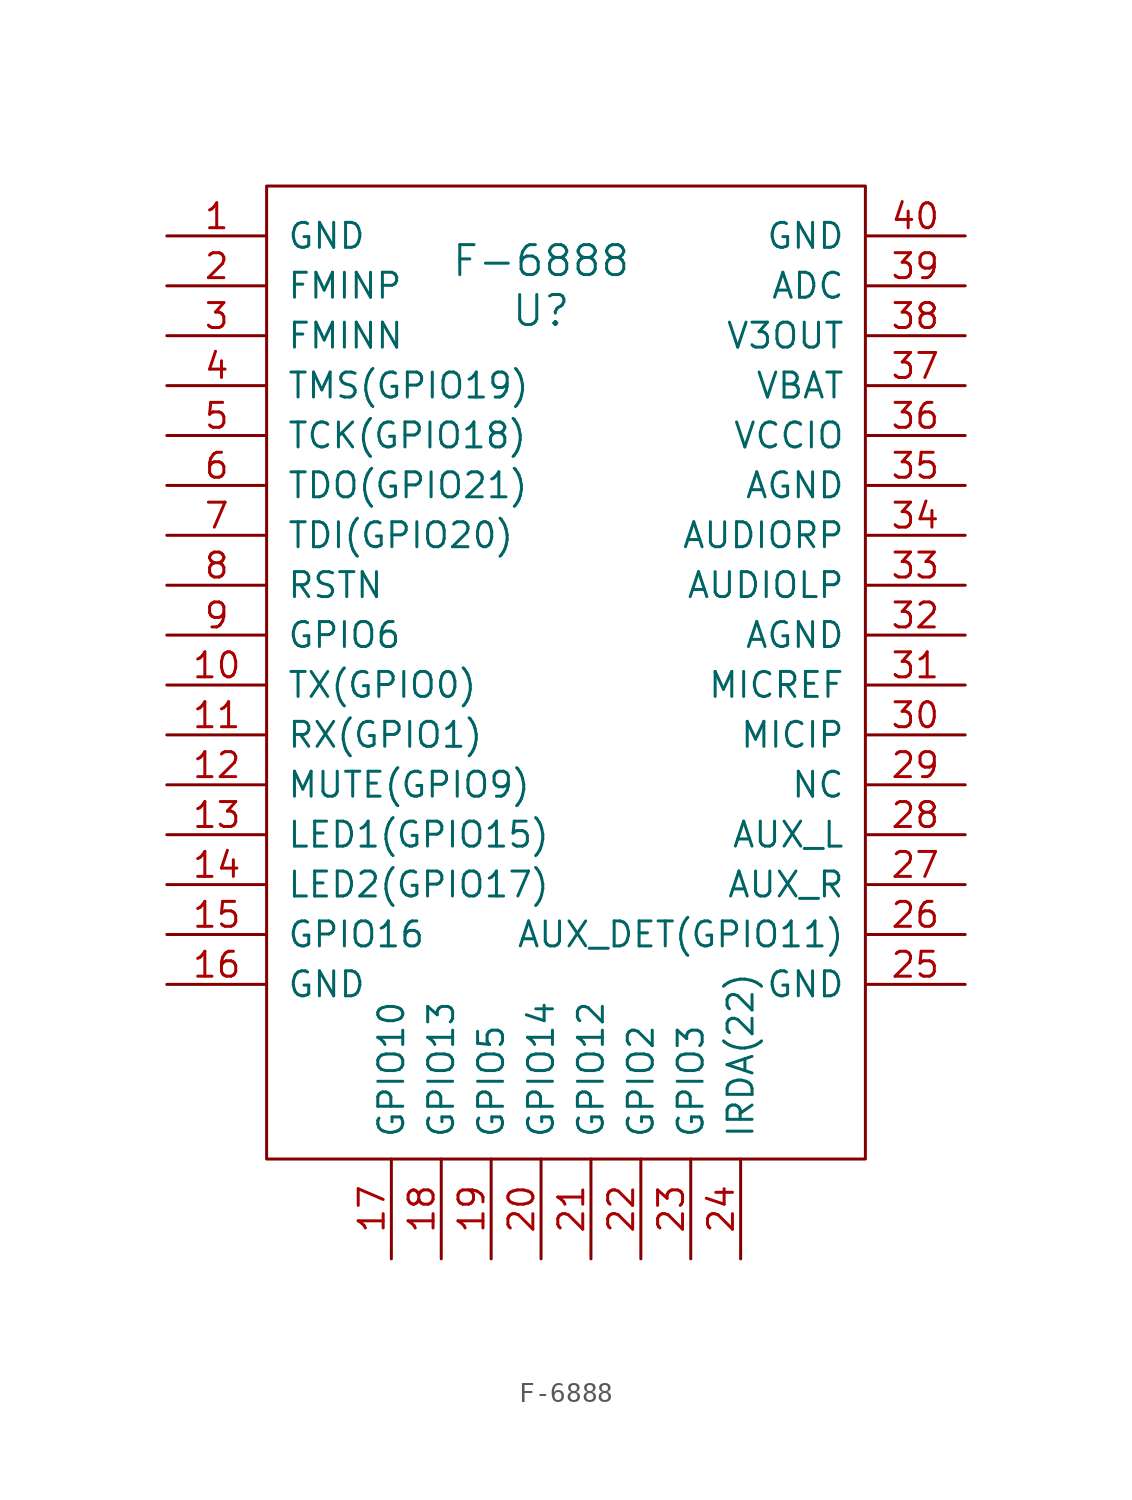
<source format=kicad_sym>
(kicad_symbol_lib
  (version 20211014)
  (generator kicad_symbol_editor)
  (symbol "F-6888"
    (pin_names
      (offset 1.016))
    (property "Reference" "U"
      (at 0 0 0)
      (effects (font (size 1.524 1.524))))
    (property "Value" "F-6888"
      (at 0 2.54 0)
      (effects (font (size 1.524 1.524))))
    (symbol "F-6888_0_1"
      (rectangle (start -13.97 6.35) (end 16.51 -43.18) (stroke (width 0) (type default) (color 0 0 0 0)) (fill (type none))))
    (symbol "F-6888_1_1"
      (pin input line (at -19.05 3.81 0) (length 5.08) (name "GND" (effects (font (size 1.27 1.27)))) (number "1" (effects (font (size 1.27 1.27)))))
      (pin input line (at -19.05 -19.05 0) (length 5.08) (name "TX(GPIO0)" (effects (font (size 1.27 1.27)))) (number "10" (effects (font (size 1.27 1.27)))))
      (pin input line (at -19.05 -21.59 0) (length 5.08) (name "RX(GPIO1)" (effects (font (size 1.27 1.27)))) (number "11" (effects (font (size 1.27 1.27)))))
      (pin input line (at -19.05 -24.13 0) (length 5.08) (name "MUTE(GPIO9)" (effects (font (size 1.27 1.27)))) (number "12" (effects (font (size 1.27 1.27)))))
      (pin input line (at -19.05 -26.67 0) (length 5.08) (name "LED1(GPIO15)" (effects (font (size 1.27 1.27)))) (number "13" (effects (font (size 1.27 1.27)))))
      (pin input line (at -19.05 -29.21 0) (length 5.08) (name "LED2(GPIO17)" (effects (font (size 1.27 1.27)))) (number "14" (effects (font (size 1.27 1.27)))))
      (pin input line (at -19.05 -31.75 0) (length 5.08) (name "GPIO16" (effects (font (size 1.27 1.27)))) (number "15" (effects (font (size 1.27 1.27)))))
      (pin input line (at -19.05 -34.29 0) (length 5.08) (name "GND" (effects (font (size 1.27 1.27)))) (number "16" (effects (font (size 1.27 1.27)))))
      (pin input line (at -7.62 -48.26 90) (length 5.08) (name "GPIO10" (effects (font (size 1.27 1.27)))) (number "17" (effects (font (size 1.27 1.27)))))
      (pin input line (at -5.08 -48.26 90) (length 5.08) (name "GPIO13" (effects (font (size 1.27 1.27)))) (number "18" (effects (font (size 1.27 1.27)))))
      (pin bidirectional line (at -2.54 -48.26 90) (length 5.08) (name "GPIO5" (effects (font (size 1.27 1.27)))) (number "19" (effects (font (size 1.27 1.27)))))
      (pin input line (at -19.05 1.27 0) (length 5.08) (name "FMINP" (effects (font (size 1.27 1.27)))) (number "2" (effects (font (size 1.27 1.27)))))
      (pin bidirectional line (at 0 -48.26 90) (length 5.08) (name "GPIO14" (effects (font (size 1.27 1.27)))) (number "20" (effects (font (size 1.27 1.27)))))
      (pin bidirectional line (at 2.54 -48.26 90) (length 5.08) (name "GPIO12" (effects (font (size 1.27 1.27)))) (number "21" (effects (font (size 1.27 1.27)))))
      (pin bidirectional line (at 5.08 -48.26 90) (length 5.08) (name "GPIO2" (effects (font (size 1.27 1.27)))) (number "22" (effects (font (size 1.27 1.27)))))
      (pin bidirectional line (at 7.62 -48.26 90) (length 5.08) (name "GPIO3" (effects (font (size 1.27 1.27)))) (number "23" (effects (font (size 1.27 1.27)))))
      (pin bidirectional line (at 10.16 -48.26 90) (length 5.08) (name "IRDA(22)" (effects (font (size 1.27 1.27)))) (number "24" (effects (font (size 1.27 1.27)))))
      (pin bidirectional line (at 21.59 -34.29 180) (length 5.08) (name "GND" (effects (font (size 1.27 1.27)))) (number "25" (effects (font (size 1.27 1.27)))))
      (pin bidirectional line (at 21.59 -31.75 180) (length 5.08) (name "AUX_DET(GPIO11)" (effects (font (size 1.27 1.27)))) (number "26" (effects (font (size 1.27 1.27)))))
      (pin bidirectional line (at 21.59 -29.21 180) (length 5.08) (name "AUX_R" (effects (font (size 1.27 1.27)))) (number "27" (effects (font (size 1.27 1.27)))))
      (pin bidirectional line (at 21.59 -26.67 180) (length 5.08) (name "AUX_L" (effects (font (size 1.27 1.27)))) (number "28" (effects (font (size 1.27 1.27)))))
      (pin bidirectional line (at 21.59 -24.13 180) (length 5.08) (name "NC" (effects (font (size 1.27 1.27)))) (number "29" (effects (font (size 1.27 1.27)))))
      (pin input line (at -19.05 -1.27 0) (length 5.08) (name "FMINN" (effects (font (size 1.27 1.27)))) (number "3" (effects (font (size 1.27 1.27)))))
      (pin bidirectional line (at 21.59 -21.59 180) (length 5.08) (name "MICIP" (effects (font (size 1.27 1.27)))) (number "30" (effects (font (size 1.27 1.27)))))
      (pin bidirectional line (at 21.59 -19.05 180) (length 5.08) (name "MICREF" (effects (font (size 1.27 1.27)))) (number "31" (effects (font (size 1.27 1.27)))))
      (pin bidirectional line (at 21.59 -16.51 180) (length 5.08) (name "AGND" (effects (font (size 1.27 1.27)))) (number "32" (effects (font (size 1.27 1.27)))))
      (pin bidirectional line (at 21.59 -13.97 180) (length 5.08) (name "AUDIOLP" (effects (font (size 1.27 1.27)))) (number "33" (effects (font (size 1.27 1.27)))))
      (pin bidirectional line (at 21.59 -11.43 180) (length 5.08) (name "AUDIORP" (effects (font (size 1.27 1.27)))) (number "34" (effects (font (size 1.27 1.27)))))
      (pin bidirectional line (at 21.59 -8.89 180) (length 5.08) (name "AGND" (effects (font (size 1.27 1.27)))) (number "35" (effects (font (size 1.27 1.27)))))
      (pin bidirectional line (at 21.59 -6.35 180) (length 5.08) (name "VCCIO" (effects (font (size 1.27 1.27)))) (number "36" (effects (font (size 1.27 1.27)))))
      (pin bidirectional line (at 21.59 -3.81 180) (length 5.08) (name "VBAT" (effects (font (size 1.27 1.27)))) (number "37" (effects (font (size 1.27 1.27)))))
      (pin bidirectional line (at 21.59 -1.27 180) (length 5.08) (name "V3OUT" (effects (font (size 1.27 1.27)))) (number "38" (effects (font (size 1.27 1.27)))))
      (pin bidirectional line (at 21.59 1.27 180) (length 5.08) (name "ADC" (effects (font (size 1.27 1.27)))) (number "39" (effects (font (size 1.27 1.27)))))
      (pin input line (at -19.05 -3.81 0) (length 5.08) (name "TMS(GPIO19)" (effects (font (size 1.27 1.27)))) (number "4" (effects (font (size 1.27 1.27)))))
      (pin bidirectional line (at 21.59 3.81 180) (length 5.08) (name "GND" (effects (font (size 1.27 1.27)))) (number "40" (effects (font (size 1.27 1.27)))))
      (pin input line (at -19.05 -6.35 0) (length 5.08) (name "TCK(GPIO18)" (effects (font (size 1.27 1.27)))) (number "5" (effects (font (size 1.27 1.27)))))
      (pin input line (at -19.05 -8.89 0) (length 5.08) (name "TDO(GPIO21)" (effects (font (size 1.27 1.27)))) (number "6" (effects (font (size 1.27 1.27)))))
      (pin input line (at -19.05 -11.43 0) (length 5.08) (name "TDI(GPIO20)" (effects (font (size 1.27 1.27)))) (number "7" (effects (font (size 1.27 1.27)))))
      (pin input line (at -19.05 -13.97 0) (length 5.08) (name "RSTN" (effects (font (size 1.27 1.27)))) (number "8" (effects (font (size 1.27 1.27)))))
      (pin input line (at -19.05 -16.51 0) (length 5.08) (name "GPIO6" (effects (font (size 1.27 1.27)))) (number "9" (effects (font (size 1.27 1.27))))))))
</source>
